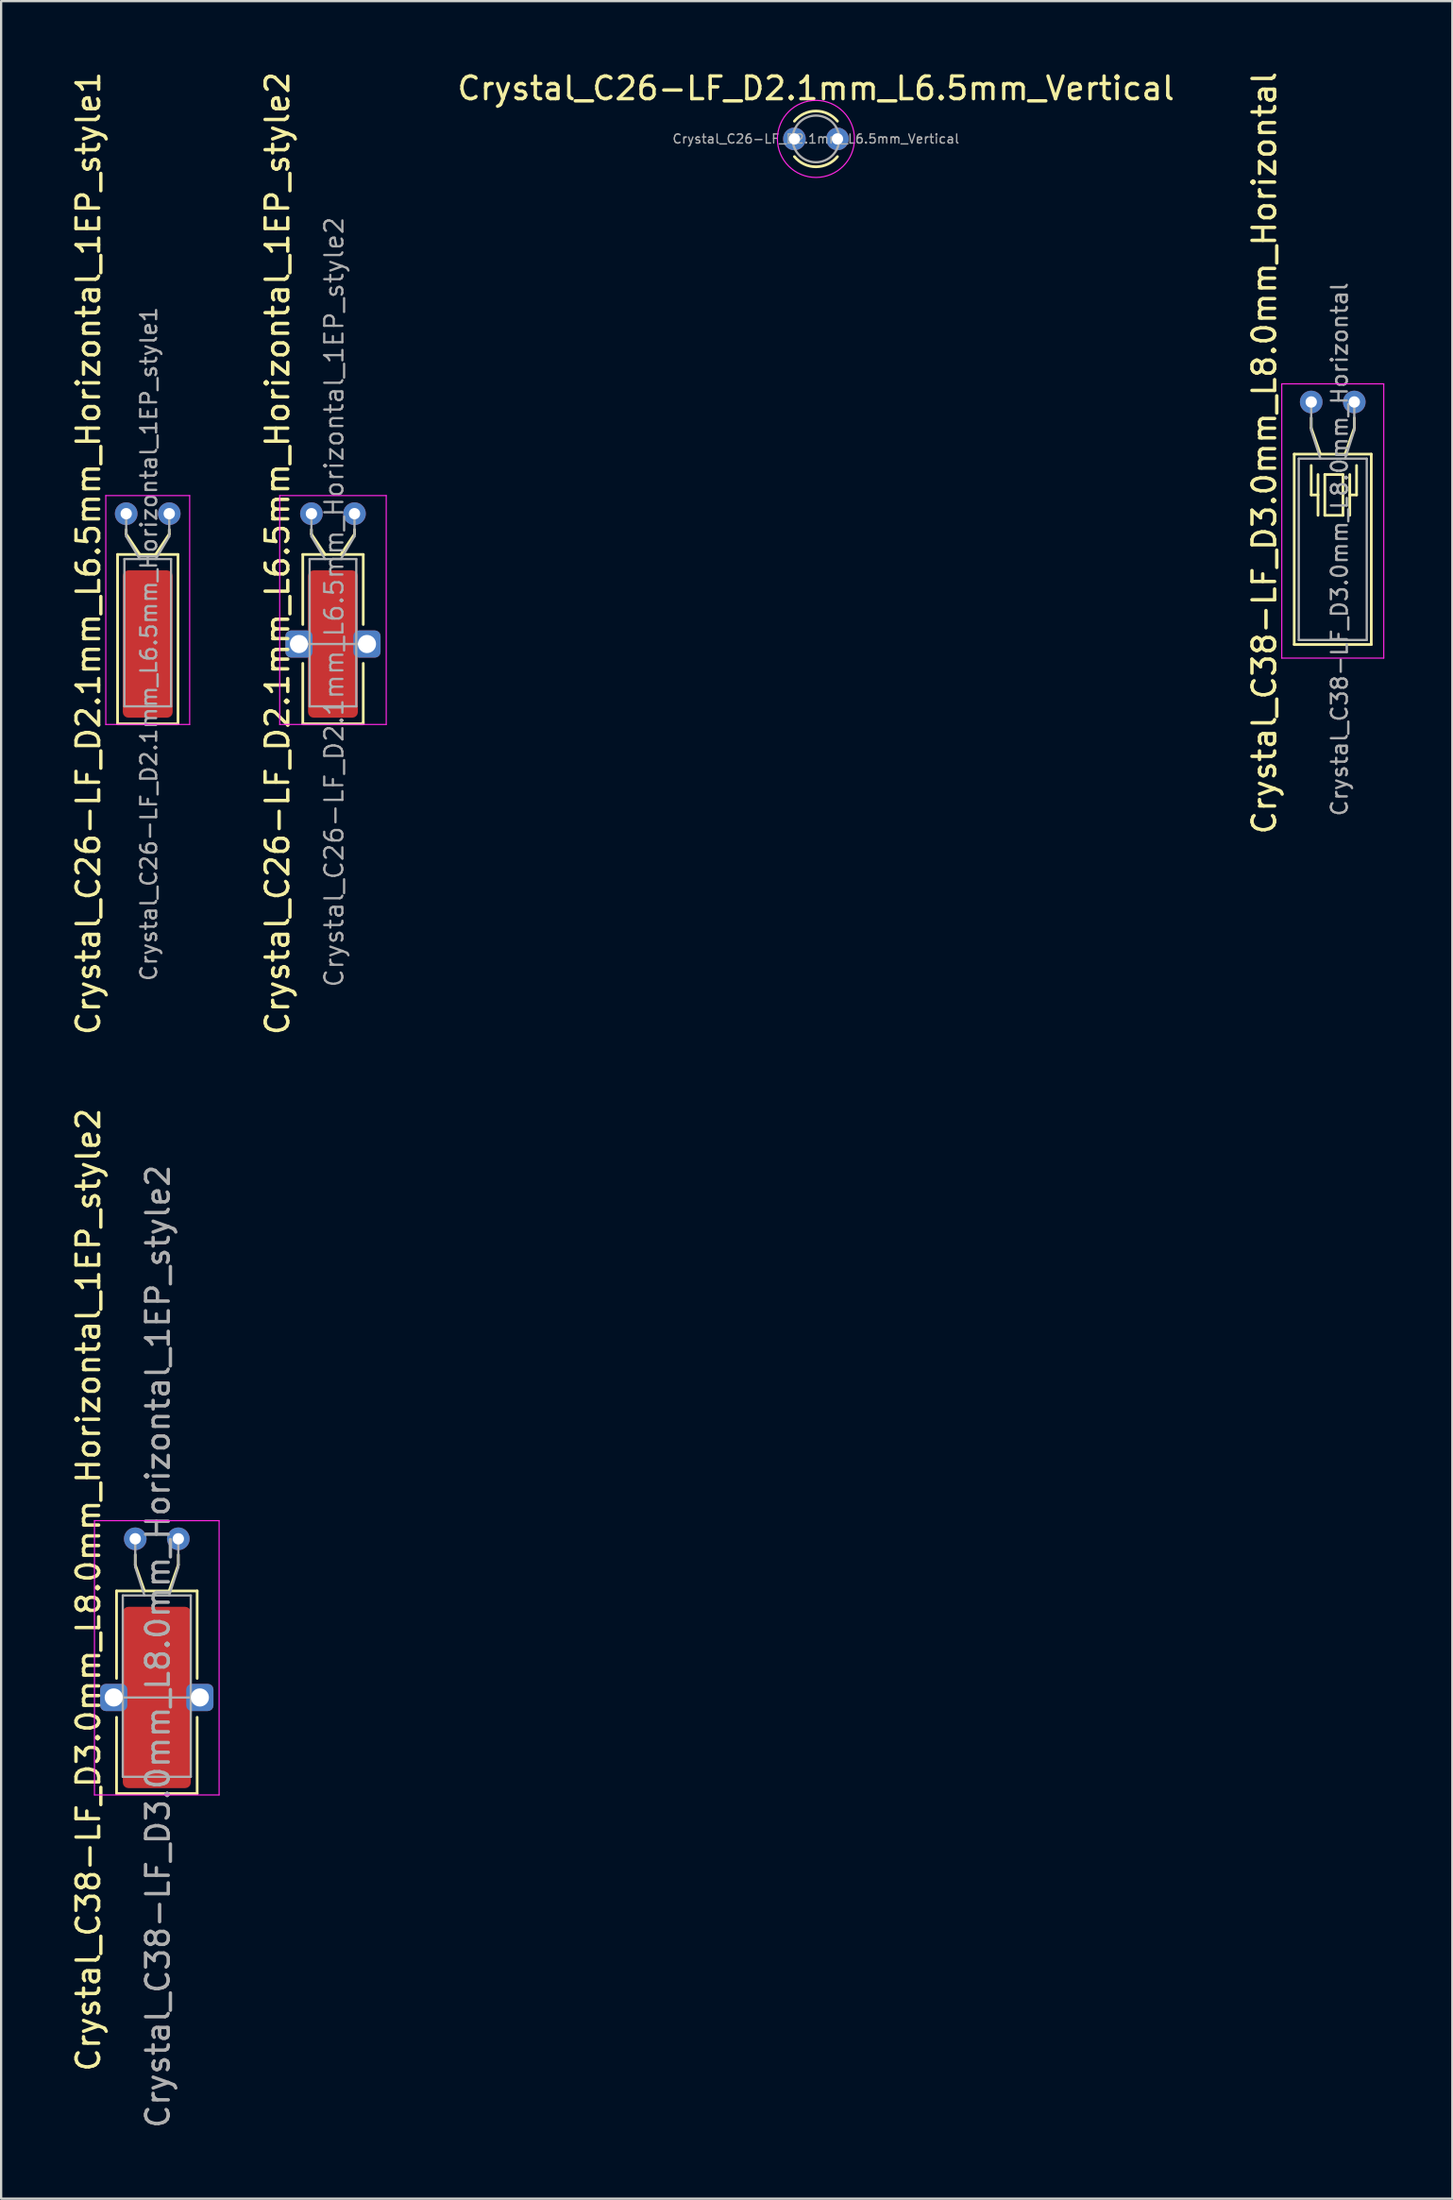
<source format=kicad_pcb>
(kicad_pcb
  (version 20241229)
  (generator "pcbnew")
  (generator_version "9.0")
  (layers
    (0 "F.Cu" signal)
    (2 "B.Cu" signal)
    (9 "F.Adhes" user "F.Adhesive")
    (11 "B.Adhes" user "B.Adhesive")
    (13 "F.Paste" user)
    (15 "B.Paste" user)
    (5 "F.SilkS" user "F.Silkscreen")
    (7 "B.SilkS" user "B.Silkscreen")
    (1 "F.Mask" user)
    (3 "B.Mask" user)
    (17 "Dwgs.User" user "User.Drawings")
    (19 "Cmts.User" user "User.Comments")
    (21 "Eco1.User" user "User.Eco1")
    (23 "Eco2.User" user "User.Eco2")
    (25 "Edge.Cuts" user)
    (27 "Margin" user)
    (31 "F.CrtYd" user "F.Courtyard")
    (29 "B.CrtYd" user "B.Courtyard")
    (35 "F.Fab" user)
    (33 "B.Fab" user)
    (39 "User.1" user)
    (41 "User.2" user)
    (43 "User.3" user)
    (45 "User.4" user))
  (footprint "Crystal_C26-LF_D2.1mm_L6.5mm_Horizontal_1EP_style1"
    (layer "F.Cu")
    (at 2.518 19.613)
    (property "Reference" "Crystal_C26-LF_D2.1mm_L6.5mm_Horizontal_1EP_style1" (at -1.67 1.75 90) (layer "F.SilkS") (effects (font (size 1 1) (thickness 0.15))))
    (attr through_hole)
    (fp_line (start -0.381 1.8) (end 2.286 1.8) (stroke (width 0.12) (type solid)) (layer "F.SilkS"))
    (fp_line (start -0.381 9.271) (end -0.381 1.8) (stroke (width 0.12) (type solid)) (layer "F.SilkS"))
    (fp_line (start -0.381 9.271) (end 2.286 9.271) (stroke (width 0.12) (type solid)) (layer "F.SilkS"))
    (fp_line (start 0 0.9) (end 0 0.7) (stroke (width 0.12) (type solid)) (layer "F.SilkS"))
    (fp_line (start 0.6 1.8) (end 0 0.9) (stroke (width 0.12) (type solid)) (layer "F.SilkS"))
    (fp_line (start 1.3 1.8) (end 1.9 0.9) (stroke (width 0.12) (type solid)) (layer "F.SilkS"))
    (fp_line (start 1.9 0.9) (end 1.9 0.7) (stroke (width 0.12) (type solid)) (layer "F.SilkS"))
    (fp_line (start 2.286 1.8) (end 2.286 9.271) (stroke (width 0.12) (type solid)) (layer "F.SilkS"))
    (fp_line (start -0.9 -0.8) (end -0.9 9.3) (stroke (width 0.05) (type solid)) (layer "F.CrtYd"))
    (fp_line (start -0.9 9.3) (end 2.8 9.3) (stroke (width 0.05) (type solid)) (layer "F.CrtYd"))
    (fp_line (start 2.8 -0.8) (end -0.9 -0.8) (stroke (width 0.05) (type solid)) (layer "F.CrtYd"))
    (fp_line (start 2.8 9.3) (end 2.8 -0.8) (stroke (width 0.05) (type solid)) (layer "F.CrtYd"))
    (fp_line (start -0.08 2) (end -0.08 8.5) (stroke (width 0.1) (type solid)) (layer "F.Fab"))
    (fp_line (start -0.08 8.5) (end 1.98 8.5) (stroke (width 0.1) (type solid)) (layer "F.Fab"))
    (fp_line (start 0 1) (end 0 0) (stroke (width 0.1) (type solid)) (layer "F.Fab"))
    (fp_line (start 0.6 2) (end 0 1) (stroke (width 0.1) (type solid)) (layer "F.Fab"))
    (fp_line (start 1.3 2) (end 1.9 1) (stroke (width 0.1) (type solid)) (layer "F.Fab"))
    (fp_line (start 1.9 1) (end 1.9 0) (stroke (width 0.1) (type solid)) (layer "F.Fab"))
    (fp_line (start 1.98 2) (end -0.08 2) (stroke (width 0.1) (type solid)) (layer "F.Fab"))
    (fp_line (start 1.98 8.5) (end 1.98 2) (stroke (width 0.1) (type solid)) (layer "F.Fab"))
    (fp_text user "${REFERENCE}" (at 1 5.75 90) (layer "F.Fab") (effects (font (size 0.7 0.7) (thickness 0.105))))
    (pad "1" thru_hole circle (at 0 0) (size 1 1) (drill 0.5) (layers "*.Cu" "*.Mask"))
    (pad "2" thru_hole circle (at 1.9 0) (size 1 1) (drill 0.5) (layers "*.Cu" "*.Mask"))
    (pad "3" smd roundrect (at 0.95 5.75) (size 2.2 6.5) (layers "F.Cu" "F.Mask" "F.Paste") (roundrect_rratio 0.114)))
  (footprint "Crystal_C38-LF_D3.0mm_L8.0mm_Horizontal_1EP_style2"
    (layer "F.Cu")
    (at 2.918 64.839)
    (property "Reference" "Crystal_C38-LF_D3.0mm_L8.0mm_Horizontal_1EP_style2" (at -2.07 2.25 90) (layer "F.SilkS") (effects (font (size 1 1) (thickness 0.15))))
    (attr through_hole)
    (fp_line (start -0.826 2.3) (end 2.731 2.3) (stroke (width 0.12) (type solid)) (layer "F.SilkS"))
    (fp_line (start -0.826 6.16) (end -0.826 2.3) (stroke (width 0.12) (type solid)) (layer "F.SilkS"))
    (fp_line (start -0.826 7.874) (end -0.826 11.239) (stroke (width 0.12) (type solid)) (layer "F.SilkS"))
    (fp_line (start -0.826 11.239) (end 2.731 11.239) (stroke (width 0.12) (type solid)) (layer "F.SilkS"))
    (fp_line (start 0 1.15) (end 0 0.7) (stroke (width 0.12) (type solid)) (layer "F.SilkS"))
    (fp_line (start 0.405 2.3) (end 0 1.15) (stroke (width 0.12) (type solid)) (layer "F.SilkS"))
    (fp_line (start 1.495 2.3) (end 1.9 1.15) (stroke (width 0.12) (type solid)) (layer "F.SilkS"))
    (fp_line (start 1.9 1.15) (end 1.9 0.7) (stroke (width 0.12) (type solid)) (layer "F.SilkS"))
    (fp_line (start 2.731 2.3) (end 2.731 6.16) (stroke (width 0.12) (type solid)) (layer "F.SilkS"))
    (fp_line (start 2.731 11.239) (end 2.731 7.874) (stroke (width 0.12) (type solid)) (layer "F.SilkS"))
    (fp_line (start -1.8 -0.8) (end -1.8 11.3) (stroke (width 0.05) (type solid)) (layer "F.CrtYd"))
    (fp_line (start -1.8 11.3) (end 3.7 11.3) (stroke (width 0.05) (type solid)) (layer "F.CrtYd"))
    (fp_line (start 3.7 -0.8) (end -1.8 -0.8) (stroke (width 0.05) (type solid)) (layer "F.CrtYd"))
    (fp_line (start 3.7 11.3) (end 3.7 -0.8) (stroke (width 0.05) (type solid)) (layer "F.CrtYd"))
    (fp_line (start -0.95 7) (end 2.85 7) (stroke (width 0.1) (type solid)) (layer "F.Fab"))
    (fp_line (start -0.55 2.5) (end -0.55 10.5) (stroke (width 0.1) (type solid)) (layer "F.Fab"))
    (fp_line (start -0.55 10.5) (end 2.45 10.5) (stroke (width 0.1) (type solid)) (layer "F.Fab"))
    (fp_line (start 0 1.25) (end 0 0) (stroke (width 0.1) (type solid)) (layer "F.Fab"))
    (fp_line (start 0.405 2.5) (end 0 1.25) (stroke (width 0.1) (type solid)) (layer "F.Fab"))
    (fp_line (start 1.495 2.5) (end 1.9 1.25) (stroke (width 0.1) (type solid)) (layer "F.Fab"))
    (fp_line (start 1.9 1.25) (end 1.9 0) (stroke (width 0.1) (type solid)) (layer "F.Fab"))
    (fp_line (start 2.45 2.5) (end -0.55 2.5) (stroke (width 0.1) (type solid)) (layer "F.Fab"))
    (fp_line (start 2.45 10.5) (end 2.45 2.5) (stroke (width 0.1) (type solid)) (layer "F.Fab"))
    (fp_text user "${REFERENCE}" (at 1 4.75 90) (layer "F.Fab") (effects (font (size 1 1) (thickness 0.15))))
    (pad "1" thru_hole circle (at 0 0) (size 1 1) (drill 0.5) (layers "*.Cu" "*.Mask"))
    (pad "2" thru_hole circle (at 1.9 0) (size 1 1) (drill 0.5) (layers "*.Cu" "*.Mask"))
    (pad "3" thru_hole roundrect (at -0.95 7) (size 1.2 1.2) (drill 0.8) (layers "*.Cu" "*.Mask") (roundrect_rratio 0.208))
    (pad "3" smd roundrect (at 0.95 7) (size 3 8) (layers "F.Cu" "F.Mask" "F.Paste") (roundrect_rratio 0.083))
    (pad "3" thru_hole roundrect (at 2.85 7) (size 1.2 1.2) (drill 0.8) (layers "*.Cu" "*.Mask") (roundrect_rratio 0.208)))
  (footprint "Crystal_C26-LF_D2.1mm_L6.5mm_Vertical"
    (layer "F.Cu")
    (at 32.001 3.078)
    (property "Reference" "Crystal_C26-LF_D2.1mm_L6.5mm_Vertical" (at 0.95 -2.23 0) (layer "F.SilkS") (effects (font (size 1 1) (thickness 0.15))))
    (attr through_hole)
    (fp_arc (start 0 -0.781281) (mid 0.949655 -1.23) (end 1.899561 -0.781814) (stroke (width 0.12) (type solid)) (layer "F.SilkS"))
    (fp_arc (start 1.899561 0.781814) (mid 0.949655 1.23) (end 0 0.781281) (stroke (width 0.12) (type solid)) (layer "F.SilkS"))
    (fp_circle (center 0.95 0) (end 2.65 0) (stroke (width 0.05) (type solid)) (fill no) (layer "F.CrtYd"))
    (fp_circle (center 0.95 0) (end 1.98 0) (stroke (width 0.1) (type solid)) (fill no) (layer "F.Fab"))
    (fp_text user "${REFERENCE}" (at 0.95 0 0) (layer "F.Fab") (effects (font (size 0.4 0.4) (thickness 0.06))))
    (pad "1" thru_hole circle (at 0 0) (size 1 1) (drill 0.5) (layers "*.Cu" "*.Mask"))
    (pad "2" thru_hole circle (at 1.9 0) (size 1 1) (drill 0.5) (layers "*.Cu" "*.Mask")))
  (footprint "Crystal_C38-LF_D3.0mm_L8.0mm_Horizontal"
    (layer "F.Cu")
    (at 54.804 14.685)
    (property "Reference" "Crystal_C38-LF_D3.0mm_L8.0mm_Horizontal" (at -2.07 2.25 90) (layer "F.SilkS") (effects (font (size 1 1) (thickness 0.15))))
    (attr through_hole)
    (fp_line (start -0.75 2.3) (end -0.75 10.7) (stroke (width 0.12) (type solid)) (layer "F.SilkS"))
    (fp_line (start -0.75 10.7) (end 2.65 10.7) (stroke (width 0.12) (type solid)) (layer "F.SilkS"))
    (fp_line (start 0 1.15) (end 0 0.7) (stroke (width 0.12) (type solid)) (layer "F.SilkS"))
    (fp_line (start 0 4.1) (end 0 2.8) (stroke (width 0.12) (type solid)) (layer "F.SilkS"))
    (fp_line (start 0.3 4.1) (end 0 4.1) (stroke (width 0.12) (type solid)) (layer "F.SilkS"))
    (fp_line (start 0.3 5) (end 0.3 3.2) (stroke (width 0.12) (type solid)) (layer "F.SilkS"))
    (fp_line (start 0.405 2.3) (end 0 1.15) (stroke (width 0.12) (type solid)) (layer "F.SilkS"))
    (fp_line (start 0.6 3.2) (end 1.4 3.2) (stroke (width 0.12) (type solid)) (layer "F.SilkS"))
    (fp_line (start 0.6 5) (end 0.6 3.2) (stroke (width 0.12) (type solid)) (layer "F.SilkS"))
    (fp_line (start 1.4 3.2) (end 1.4 5) (stroke (width 0.12) (type solid)) (layer "F.SilkS"))
    (fp_line (start 1.4 5) (end 0.6 5) (stroke (width 0.12) (type solid)) (layer "F.SilkS"))
    (fp_line (start 1.495 2.3) (end 1.9 1.15) (stroke (width 0.12) (type solid)) (layer "F.SilkS"))
    (fp_line (start 1.7 3.2) (end 1.7 5) (stroke (width 0.12) (type solid)) (layer "F.SilkS"))
    (fp_line (start 1.7 4.1) (end 2 4.1) (stroke (width 0.12) (type solid)) (layer "F.SilkS"))
    (fp_line (start 1.9 1.15) (end 1.9 0.7) (stroke (width 0.12) (type solid)) (layer "F.SilkS"))
    (fp_line (start 2 4.1) (end 2 2.8) (stroke (width 0.12) (type solid)) (layer "F.SilkS"))
    (fp_line (start 2.65 2.3) (end -0.75 2.3) (stroke (width 0.12) (type solid)) (layer "F.SilkS"))
    (fp_line (start 2.65 10.7) (end 2.65 2.3) (stroke (width 0.12) (type solid)) (layer "F.SilkS"))
    (fp_line (start -1.3 -0.8) (end -1.3 11.3) (stroke (width 0.05) (type solid)) (layer "F.CrtYd"))
    (fp_line (start -1.3 11.3) (end 3.2 11.3) (stroke (width 0.05) (type solid)) (layer "F.CrtYd"))
    (fp_line (start 3.2 -0.8) (end -1.3 -0.8) (stroke (width 0.05) (type solid)) (layer "F.CrtYd"))
    (fp_line (start 3.2 11.3) (end 3.2 -0.8) (stroke (width 0.05) (type solid)) (layer "F.CrtYd"))
    (fp_line (start -0.55 2.5) (end -0.55 10.5) (stroke (width 0.1) (type solid)) (layer "F.Fab"))
    (fp_line (start -0.55 10.5) (end 2.45 10.5) (stroke (width 0.1) (type solid)) (layer "F.Fab"))
    (fp_line (start 0 1.25) (end 0 0) (stroke (width 0.1) (type solid)) (layer "F.Fab"))
    (fp_line (start 0.405 2.5) (end 0 1.25) (stroke (width 0.1) (type solid)) (layer "F.Fab"))
    (fp_line (start 1.495 2.5) (end 1.9 1.25) (stroke (width 0.1) (type solid)) (layer "F.Fab"))
    (fp_line (start 1.9 1.25) (end 1.9 0) (stroke (width 0.1) (type solid)) (layer "F.Fab"))
    (fp_line (start 2.45 2.5) (end -0.55 2.5) (stroke (width 0.1) (type solid)) (layer "F.Fab"))
    (fp_line (start 2.45 10.5) (end 2.45 2.5) (stroke (width 0.1) (type solid)) (layer "F.Fab"))
    (fp_text user "${REFERENCE}" (at 1.25 6.5 90) (layer "F.Fab") (effects (font (size 0.7 0.7) (thickness 0.105))))
    (pad "1" thru_hole circle (at 0 0) (size 1 1) (drill 0.5) (layers "*.Cu" "*.Mask"))
    (pad "2" thru_hole circle (at 1.9 0) (size 1 1) (drill 0.5) (layers "*.Cu" "*.Mask")))
  (footprint "Crystal_C26-LF_D2.1mm_L6.5mm_Horizontal_1EP_style2"
    (layer "F.Cu")
    (at 10.691 19.613)
    (property "Reference" "Crystal_C26-LF_D2.1mm_L6.5mm_Horizontal_1EP_style2" (at -1.5 1.75 90) (layer "F.SilkS") (effects (font (size 1 1) (thickness 0.15))))
    (attr through_hole)
    (fp_line (start -0.381 1.8) (end 2.286 1.8) (stroke (width 0.12) (type solid)) (layer "F.SilkS"))
    (fp_line (start -0.381 4.889) (end -0.381 1.8) (stroke (width 0.12) (type solid)) (layer "F.SilkS"))
    (fp_line (start -0.381 9.271) (end -0.381 6.604) (stroke (width 0.12) (type solid)) (layer "F.SilkS"))
    (fp_line (start 0 0.9) (end 0 0.7) (stroke (width 0.12) (type solid)) (layer "F.SilkS"))
    (fp_line (start 0.6 1.8) (end 0 0.9) (stroke (width 0.12) (type solid)) (layer "F.SilkS"))
    (fp_line (start 1.3 1.8) (end 1.9 0.9) (stroke (width 0.12) (type solid)) (layer "F.SilkS"))
    (fp_line (start 1.9 0.9) (end 1.9 0.7) (stroke (width 0.12) (type solid)) (layer "F.SilkS"))
    (fp_line (start 2.286 1.8) (end 2.286 4.889) (stroke (width 0.12) (type solid)) (layer "F.SilkS"))
    (fp_line (start 2.286 6.604) (end 2.286 9.207) (stroke (width 0.12) (type solid)) (layer "F.SilkS"))
    (fp_line (start 2.286 9.207) (end 2.286 9.271) (stroke (width 0.12) (type solid)) (layer "F.SilkS"))
    (fp_line (start 2.286 9.271) (end -0.381 9.271) (stroke (width 0.12) (type solid)) (layer "F.SilkS"))
    (fp_line (start -1.4 -0.8) (end -1.4 9.3) (stroke (width 0.05) (type solid)) (layer "F.CrtYd"))
    (fp_line (start -1.4 9.3) (end 3.3 9.3) (stroke (width 0.05) (type solid)) (layer "F.CrtYd"))
    (fp_line (start 3.3 -0.8) (end -1.4 -0.8) (stroke (width 0.05) (type solid)) (layer "F.CrtYd"))
    (fp_line (start 3.3 9.3) (end 3.3 -0.8) (stroke (width 0.05) (type solid)) (layer "F.CrtYd"))
    (fp_line (start -0.55 5.75) (end 2.45 5.75) (stroke (width 0.1) (type solid)) (layer "F.Fab"))
    (fp_line (start -0.08 2) (end -0.08 8.5) (stroke (width 0.1) (type solid)) (layer "F.Fab"))
    (fp_line (start -0.08 8.5) (end 1.98 8.5) (stroke (width 0.1) (type solid)) (layer "F.Fab"))
    (fp_line (start 0 1) (end 0 0) (stroke (width 0.1) (type solid)) (layer "F.Fab"))
    (fp_line (start 0.6 2) (end 0 1) (stroke (width 0.1) (type solid)) (layer "F.Fab"))
    (fp_line (start 1.3 2) (end 1.9 1) (stroke (width 0.1) (type solid)) (layer "F.Fab"))
    (fp_line (start 1.9 1) (end 1.9 0) (stroke (width 0.1) (type solid)) (layer "F.Fab"))
    (fp_line (start 1.98 2) (end -0.08 2) (stroke (width 0.1) (type solid)) (layer "F.Fab"))
    (fp_line (start 1.98 8.5) (end 1.98 2) (stroke (width 0.1) (type solid)) (layer "F.Fab"))
    (fp_text user "${REFERENCE}" (at 1 3.9 90) (layer "F.Fab") (effects (font (size 0.8 0.8) (thickness 0.1))))
    (pad "1" thru_hole circle (at 0 0) (size 1 1) (drill 0.5) (layers "*.Cu" "*.Mask"))
    (pad "2" thru_hole circle (at 1.9 0) (size 1 1) (drill 0.5) (layers "*.Cu" "*.Mask"))
    (pad "3" thru_hole roundrect (at -0.55 5.75) (size 1.2 1.2) (drill 0.8) (layers "*.Cu" "*.Mask") (roundrect_rratio 0.208))
    (pad "3" smd roundrect (at 0.95 5.75) (size 2.2 6.5) (layers "F.Cu" "F.Mask" "F.Paste") (roundrect_rratio 0.114))
    (pad "3" thru_hole roundrect (at 2.45 5.75) (size 1.2 1.2) (drill 0.8) (layers "*.Cu" "*.Mask") (roundrect_rratio 0.208)))
  (gr_rect
    (start -3 -3)
    (end 61.029 93.952)
    (stroke (width 0.1) (type default))
    (fill no)
    (layer "Edge.Cuts")))
</source>
